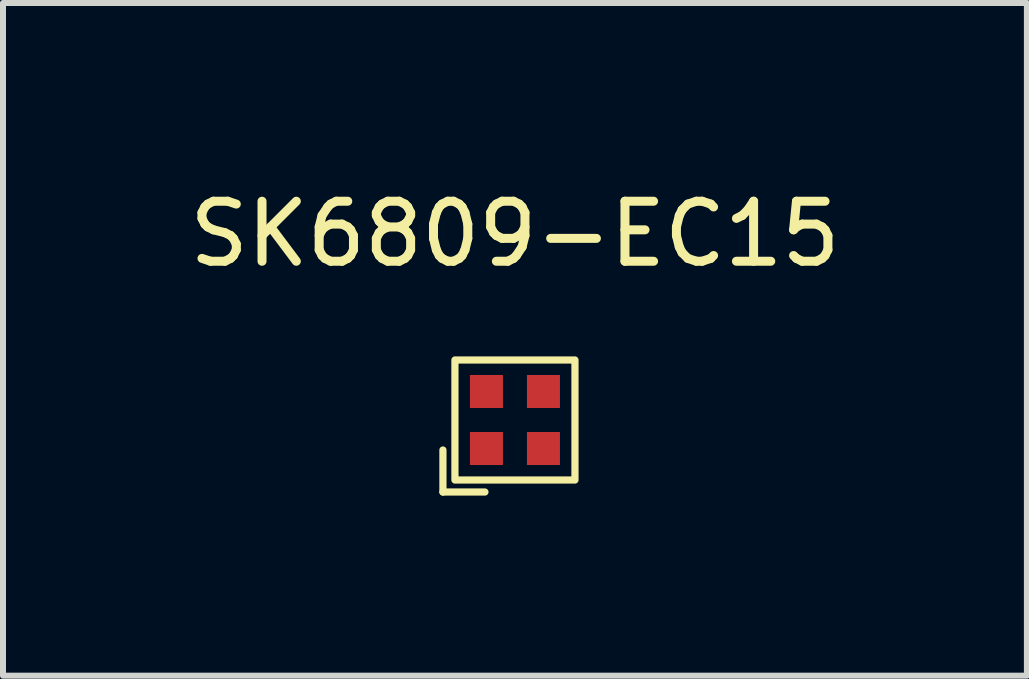
<source format=kicad_pcb>
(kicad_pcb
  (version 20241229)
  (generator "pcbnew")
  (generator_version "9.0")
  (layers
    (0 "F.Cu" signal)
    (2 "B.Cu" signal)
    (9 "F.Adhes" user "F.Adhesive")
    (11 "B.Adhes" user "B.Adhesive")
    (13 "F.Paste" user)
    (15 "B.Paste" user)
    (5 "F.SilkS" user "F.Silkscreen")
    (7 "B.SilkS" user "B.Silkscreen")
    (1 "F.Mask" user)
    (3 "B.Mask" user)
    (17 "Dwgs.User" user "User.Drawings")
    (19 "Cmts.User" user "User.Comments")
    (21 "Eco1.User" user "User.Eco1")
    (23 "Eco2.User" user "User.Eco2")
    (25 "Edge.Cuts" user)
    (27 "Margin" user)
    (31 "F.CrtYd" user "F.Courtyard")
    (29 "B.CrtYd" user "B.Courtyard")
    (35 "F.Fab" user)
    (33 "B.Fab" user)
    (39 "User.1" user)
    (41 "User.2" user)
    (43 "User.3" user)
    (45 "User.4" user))
  (footprint "SK6809-EC15"
    (layer "F.Cu")
    (at 5.53 3.948)
    (property "Reference" "SK6809-EC15" (at 0 -3.1 0) (unlocked yes) (layer "F.SilkS") (effects (font (size 1 1) (thickness 0.15))))
    (attr smd)
    (fp_line (start -1.2 1.2) (end -1.2 0.5) (stroke (width 0.12) (type default)) (layer "F.SilkS"))
    (fp_line (start -0.5 1.2) (end -1.2 1.2) (stroke (width 0.12) (type default)) (layer "F.SilkS"))
    (fp_rect (start -1 -1) (end 1 1) (stroke (width 0.12) (type default)) (fill no) (layer "F.SilkS"))
    (pad "1" smd rect (at -0.475 0.475) (size 0.55 0.55) (layers "F.Cu" "F.Mask" "F.Paste"))
    (pad "2" smd rect (at 0.475 0.475) (size 0.55 0.55) (layers "F.Cu" "F.Mask" "F.Paste"))
    (pad "3" smd rect (at 0.475 -0.475) (size 0.55 0.55) (layers "F.Cu" "F.Mask" "F.Paste"))
    (pad "4" smd rect (at -0.475 -0.475) (size 0.55 0.55) (layers "F.Cu" "F.Mask" "F.Paste")))
  (gr_rect
    (start -3 -3)
    (end 14.06 8.208)
    (stroke (width 0.1) (type default))
    (fill no)
    (layer "Edge.Cuts")))
</source>
